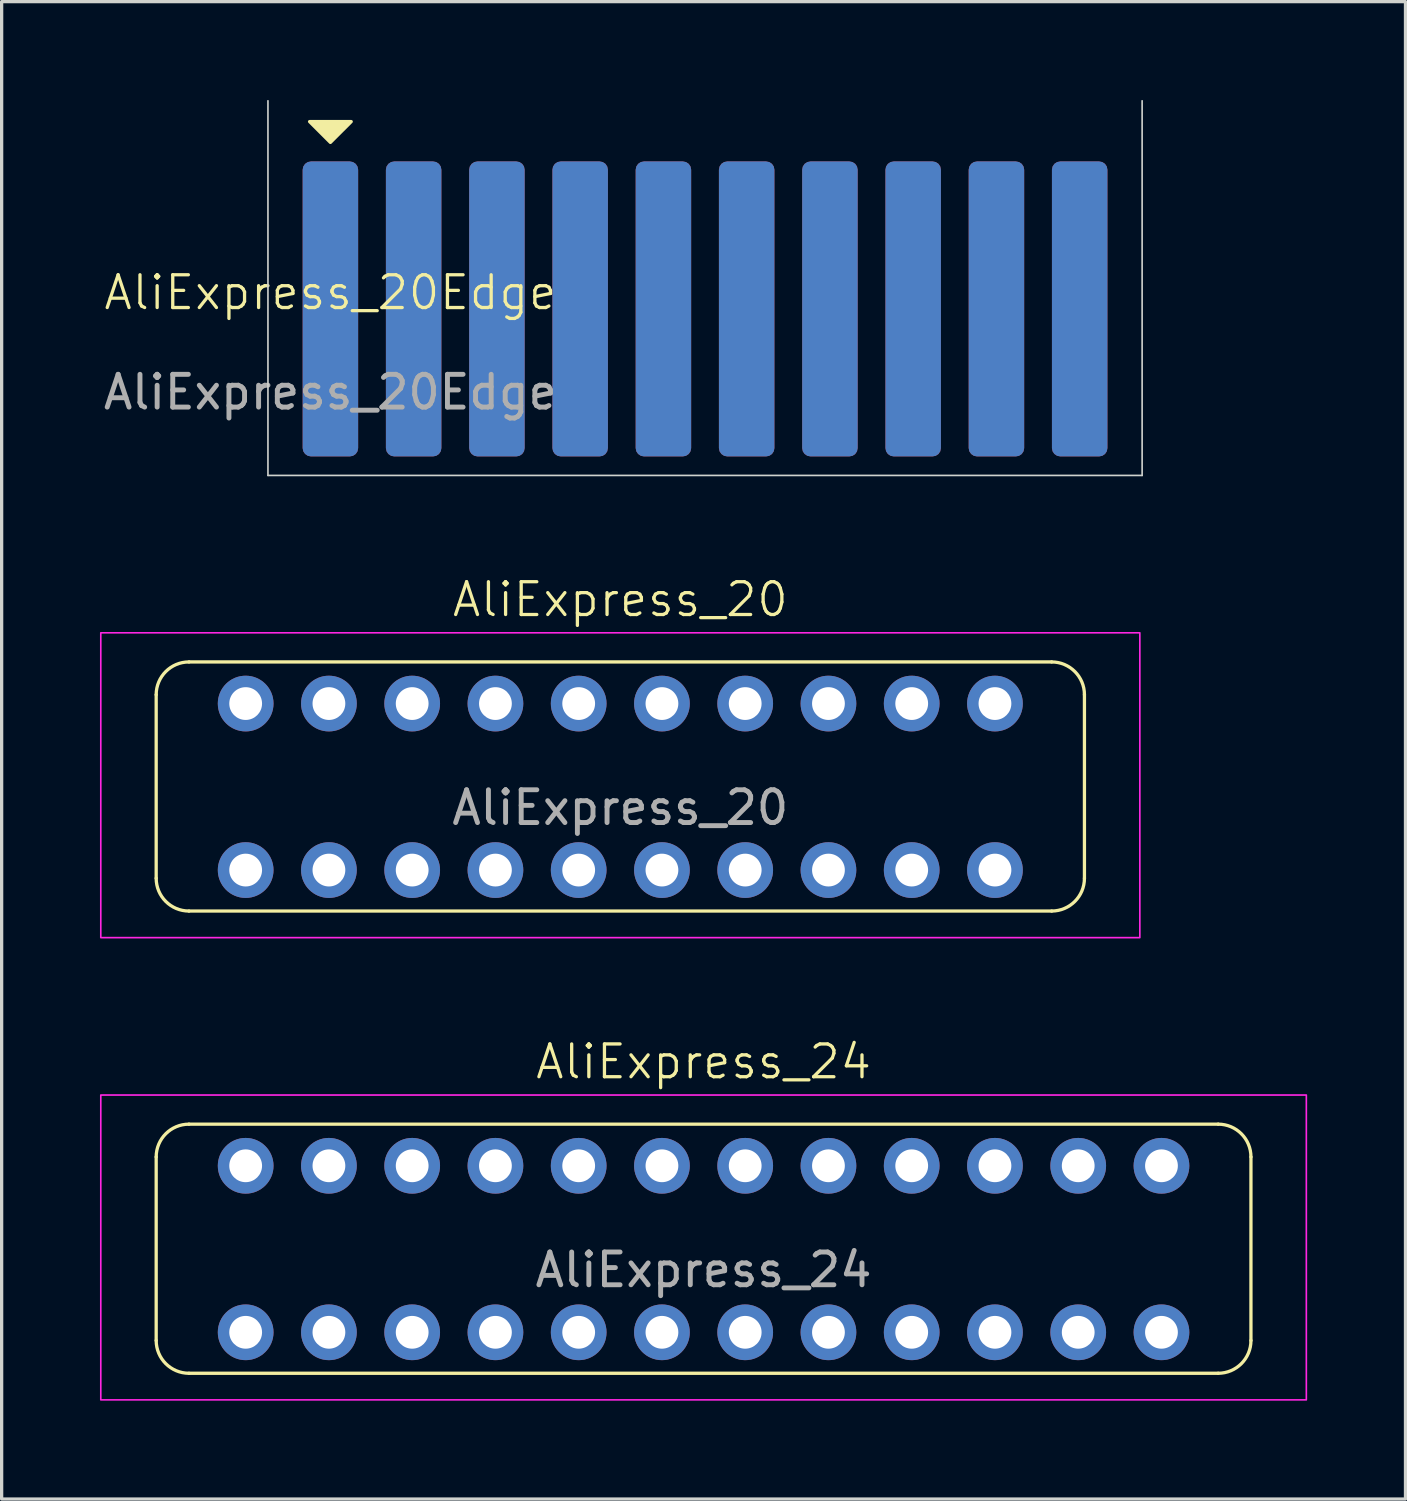
<source format=kicad_pcb>
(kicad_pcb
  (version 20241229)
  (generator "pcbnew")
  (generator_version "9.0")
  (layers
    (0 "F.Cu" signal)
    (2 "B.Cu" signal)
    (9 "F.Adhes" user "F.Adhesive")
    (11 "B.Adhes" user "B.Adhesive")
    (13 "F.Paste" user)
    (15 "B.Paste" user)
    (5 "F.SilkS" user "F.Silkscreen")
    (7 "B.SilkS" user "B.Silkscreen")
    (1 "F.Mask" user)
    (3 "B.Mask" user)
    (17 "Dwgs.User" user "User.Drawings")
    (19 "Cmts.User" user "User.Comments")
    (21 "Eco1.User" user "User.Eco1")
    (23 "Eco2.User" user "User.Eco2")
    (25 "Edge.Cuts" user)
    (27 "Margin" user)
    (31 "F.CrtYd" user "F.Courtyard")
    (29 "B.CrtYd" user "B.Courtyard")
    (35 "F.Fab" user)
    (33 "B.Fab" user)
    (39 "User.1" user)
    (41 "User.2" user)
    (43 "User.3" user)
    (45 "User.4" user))
  (footprint "AliExpress_20"
    (layer "F.Cu")
    (at 4.445 23.495)
    (property "Reference" "AliExpress_20" (at 11.43 -8.255 0) (unlocked yes) (layer "F.SilkS") (effects (font (size 1 1) (thickness 0.1))))
    (attr smd)
    (fp_line (start -2.73 0.25) (end -2.73 -5.35) (stroke (width 0.1) (type default)) (layer "F.SilkS"))
    (fp_line (start -1.73 -6.35) (end 24.59 -6.35) (stroke (width 0.1) (type default)) (layer "F.SilkS"))
    (fp_line (start 24.59 1.25) (end -1.73 1.25) (stroke (width 0.1) (type default)) (layer "F.SilkS"))
    (fp_line (start 25.59 -5.35) (end 25.59 0.25) (stroke (width 0.1) (type solid)) (layer "F.SilkS"))
    (fp_arc (start -2.73 -5.35) (mid -2.437107 -6.057107) (end -1.73 -6.35) (stroke (width 0.1) (type default)) (layer "F.SilkS"))
    (fp_arc (start -1.73 1.25) (mid -2.437107 0.957107) (end -2.73 0.25) (stroke (width 0.1) (type default)) (layer "F.SilkS"))
    (fp_arc (start 24.59 -6.35) (mid 25.297107 -6.057107) (end 25.59 -5.35) (stroke (width 0.1) (type solid)) (layer "F.SilkS"))
    (fp_arc (start 25.59 0.25) (mid 25.297107 0.957107) (end 24.59 1.25) (stroke (width 0.1) (type solid)) (layer "F.SilkS"))
    (fp_rect (start -4.42 -7.239) (end 27.28 2.061) (stroke (width 0.05) (type solid)) (fill no) (layer "F.CrtYd"))
    (fp_text user "${REFERENCE}" (at 11.43 -1.905 0) (unlocked yes) (layer "F.Fab") (effects (font (size 1 1) (thickness 0.15))))
    (pad "1" thru_hole circle (at 0 0) (size 1.7 1.7) (drill 1) (layers "*.Cu" "*.Mask"))
    (pad "2" thru_hole circle (at 2.54 0) (size 1.7 1.7) (drill 1) (layers "*.Cu" "*.Mask"))
    (pad "3" thru_hole circle (at 5.08 0) (size 1.7 1.7) (drill 1) (layers "*.Cu" "*.Mask"))
    (pad "4" thru_hole circle (at 7.62 0) (size 1.7 1.7) (drill 1) (layers "*.Cu" "*.Mask"))
    (pad "5" thru_hole circle (at 10.16 0) (size 1.7 1.7) (drill 1) (layers "*.Cu" "*.Mask"))
    (pad "6" thru_hole circle (at 12.7 0) (size 1.7 1.7) (drill 1) (layers "*.Cu" "*.Mask"))
    (pad "7" thru_hole circle (at 15.24 0) (size 1.7 1.7) (drill 1) (layers "*.Cu" "*.Mask"))
    (pad "8" thru_hole circle (at 17.78 0) (size 1.7 1.7) (drill 1) (layers "*.Cu" "*.Mask"))
    (pad "9" thru_hole circle (at 20.32 0) (size 1.7 1.7) (drill 1) (layers "*.Cu" "*.Mask"))
    (pad "10" thru_hole circle (at 22.86 0) (size 1.7 1.7) (drill 1) (layers "*.Cu" "*.Mask"))
    (pad "11" thru_hole circle (at 22.86 -5.08) (size 1.7 1.7) (drill 1) (layers "*.Cu" "*.Mask"))
    (pad "12" thru_hole circle (at 20.32 -5.08) (size 1.7 1.7) (drill 1) (layers "*.Cu" "*.Mask"))
    (pad "13" thru_hole circle (at 17.78 -5.08) (size 1.7 1.7) (drill 1) (layers "*.Cu" "*.Mask"))
    (pad "14" thru_hole circle (at 15.24 -5.08) (size 1.7 1.7) (drill 1) (layers "*.Cu" "*.Mask"))
    (pad "15" thru_hole circle (at 12.7 -5.08) (size 1.7 1.7) (drill 1) (layers "*.Cu" "*.Mask"))
    (pad "16" thru_hole circle (at 10.16 -5.08) (size 1.7 1.7) (drill 1) (layers "*.Cu" "*.Mask"))
    (pad "17" thru_hole circle (at 7.62 -5.08) (size 1.7 1.7) (drill 1) (layers "*.Cu" "*.Mask"))
    (pad "18" thru_hole circle (at 5.08 -5.08) (size 1.7 1.7) (drill 1) (layers "*.Cu" "*.Mask"))
    (pad "19" thru_hole circle (at 2.54 -5.08) (size 1.7 1.7) (drill 1) (layers "*.Cu" "*.Mask"))
    (pad "20" thru_hole circle (at 0 -5.08) (size 1.7 1.7) (drill 1) (layers "*.Cu" "*.Mask")))
  (footprint "AliExpress_20Edge"
    (layer "F.Cu")
    (at 7.03 6.375)
    (property "Reference" "AliExpress_20Edge" (at 0 -0.5 0) (unlocked yes) (layer "F.SilkS") (effects (font (size 1 1) (thickness 0.1))))
    (attr smd)
    (fp_poly (pts (xy 0.635 -5.715) (xy 0 -5.08) (xy -0.635 -5.715)) (stroke (width 0.1) (type solid)) (fill yes) (layer "F.SilkS"))
    (fp_line (start -1.905 5.08) (end -1.905 -6.35) (stroke (width 0.05) (type default)) (layer "Edge.Cuts"))
    (fp_line (start 24.765 -6.35) (end 24.765 5.08) (stroke (width 0.05) (type default)) (layer "Edge.Cuts"))
    (fp_line (start 24.765 5.08) (end -1.905 5.08) (stroke (width 0.05) (type default)) (layer "Edge.Cuts"))
    (fp_text user "${REFERENCE}" (at 0 2.54 0) (unlocked yes) (layer "F.Fab") (effects (font (size 1 1) (thickness 0.15))))
    (pad "1" smd roundrect (at 0 0) (size 1.693 9) (layers "F.Cu" "F.Mask" "F.Paste") (roundrect_rratio 0.15))
    (pad "2" smd roundrect (at 2.54 0) (size 1.693 9) (layers "F.Cu" "F.Mask" "F.Paste") (roundrect_rratio 0.15))
    (pad "3" smd roundrect (at 5.08 0) (size 1.693 9) (layers "F.Cu" "F.Mask" "F.Paste") (roundrect_rratio 0.15))
    (pad "4" smd roundrect (at 7.62 0) (size 1.693 9) (layers "F.Cu" "F.Mask" "F.Paste") (roundrect_rratio 0.15))
    (pad "5" smd roundrect (at 10.16 0) (size 1.693 9) (layers "F.Cu" "F.Mask" "F.Paste") (roundrect_rratio 0.15))
    (pad "6" smd roundrect (at 12.7 0) (size 1.693 9) (layers "F.Cu" "F.Mask" "F.Paste") (roundrect_rratio 0.15))
    (pad "7" smd roundrect (at 15.24 0) (size 1.693 9) (layers "F.Cu" "F.Mask" "F.Paste") (roundrect_rratio 0.15))
    (pad "8" smd roundrect (at 17.78 0) (size 1.693 9) (layers "F.Cu" "F.Mask" "F.Paste") (roundrect_rratio 0.15))
    (pad "9" smd roundrect (at 20.32 0) (size 1.693 9) (layers "F.Cu" "F.Mask" "F.Paste") (roundrect_rratio 0.15))
    (pad "10" smd roundrect (at 22.86 0) (size 1.693 9) (layers "F.Cu" "F.Mask" "F.Paste") (roundrect_rratio 0.15))
    (pad "11" smd roundrect (at 22.86 0) (size 1.693 9) (layers "B.Cu" "B.Mask" "B.Paste") (roundrect_rratio 0.15))
    (pad "12" smd roundrect (at 20.32 0) (size 1.693 9) (layers "B.Cu" "B.Mask" "B.Paste") (roundrect_rratio 0.15))
    (pad "13" smd roundrect (at 17.78 0) (size 1.693 9) (layers "B.Cu" "B.Mask" "B.Paste") (roundrect_rratio 0.15))
    (pad "14" smd roundrect (at 15.24 0) (size 1.693 9) (layers "B.Cu" "B.Mask" "B.Paste") (roundrect_rratio 0.15))
    (pad "15" smd roundrect (at 12.7 0) (size 1.693 9) (layers "B.Cu" "B.Mask" "B.Paste") (roundrect_rratio 0.15))
    (pad "16" smd roundrect (at 10.16 0) (size 1.693 9) (layers "B.Cu" "B.Mask" "B.Paste") (roundrect_rratio 0.15))
    (pad "17" smd roundrect (at 7.62 0) (size 1.693 9) (layers "B.Cu" "B.Mask" "B.Paste") (roundrect_rratio 0.15))
    (pad "18" smd roundrect (at 5.08 0) (size 1.693 9) (layers "B.Cu" "B.Mask" "B.Paste") (roundrect_rratio 0.15))
    (pad "19" smd roundrect (at 2.54 0) (size 1.693 9) (layers "B.Cu" "B.Mask" "B.Paste") (roundrect_rratio 0.15))
    (pad "20" smd roundrect (at 0 0) (size 1.693 9) (layers "B.Cu" "B.Mask" "B.Paste") (roundrect_rratio 0.15)))
  (footprint "AliExpress_24"
    (layer "F.Cu")
    (at 4.445 37.597)
    (property "Reference" "AliExpress_24" (at 13.97 -8.255 0) (unlocked yes) (layer "F.SilkS") (effects (font (size 1 1) (thickness 0.1))))
    (attr smd)
    (fp_line (start -2.73 0.25) (end -2.73 -5.35) (stroke (width 0.1) (type default)) (layer "F.SilkS"))
    (fp_line (start -1.73 -6.35) (end 29.67 -6.35) (stroke (width 0.1) (type default)) (layer "F.SilkS"))
    (fp_line (start 29.67 1.25) (end -1.73 1.25) (stroke (width 0.1) (type default)) (layer "F.SilkS"))
    (fp_line (start 30.67 -5.35) (end 30.67 0.25) (stroke (width 0.1) (type default)) (layer "F.SilkS"))
    (fp_arc (start -2.73 -5.35) (mid -2.437107 -6.057107) (end -1.73 -6.35) (stroke (width 0.1) (type default)) (layer "F.SilkS"))
    (fp_arc (start -1.73 1.25) (mid -2.437107 0.957107) (end -2.73 0.25) (stroke (width 0.1) (type default)) (layer "F.SilkS"))
    (fp_arc (start 29.67 -6.35) (mid 30.377107 -6.057107) (end 30.67 -5.35) (stroke (width 0.1) (type default)) (layer "F.SilkS"))
    (fp_arc (start 30.67 0.25) (mid 30.377107 0.957107) (end 29.67 1.25) (stroke (width 0.1) (type default)) (layer "F.SilkS"))
    (fp_rect (start -4.42 -7.239) (end 32.36 2.061) (stroke (width 0.05) (type solid)) (fill no) (layer "F.CrtYd"))
    (fp_text user "${REFERENCE}" (at 13.97 -1.905 0) (unlocked yes) (layer "F.Fab") (effects (font (size 1 1) (thickness 0.15))))
    (pad "1" thru_hole circle (at 0 0) (size 1.7 1.7) (drill 1) (layers "*.Cu" "*.Mask"))
    (pad "2" thru_hole circle (at 2.54 0) (size 1.7 1.7) (drill 1) (layers "*.Cu" "*.Mask"))
    (pad "3" thru_hole circle (at 5.08 0) (size 1.7 1.7) (drill 1) (layers "*.Cu" "*.Mask"))
    (pad "4" thru_hole circle (at 7.62 0) (size 1.7 1.7) (drill 1) (layers "*.Cu" "*.Mask"))
    (pad "5" thru_hole circle (at 10.16 0) (size 1.7 1.7) (drill 1) (layers "*.Cu" "*.Mask"))
    (pad "6" thru_hole circle (at 12.7 0) (size 1.7 1.7) (drill 1) (layers "*.Cu" "*.Mask"))
    (pad "7" thru_hole circle (at 15.24 0) (size 1.7 1.7) (drill 1) (layers "*.Cu" "*.Mask"))
    (pad "8" thru_hole circle (at 17.78 0) (size 1.7 1.7) (drill 1) (layers "*.Cu" "*.Mask"))
    (pad "9" thru_hole circle (at 20.32 0) (size 1.7 1.7) (drill 1) (layers "*.Cu" "*.Mask"))
    (pad "10" thru_hole circle (at 22.86 0) (size 1.7 1.7) (drill 1) (layers "*.Cu" "*.Mask"))
    (pad "11" thru_hole circle (at 25.4 0) (size 1.7 1.7) (drill 1) (layers "*.Cu" "*.Mask"))
    (pad "12" thru_hole circle (at 27.94 0) (size 1.7 1.7) (drill 1) (layers "*.Cu" "*.Mask"))
    (pad "13" thru_hole circle (at 27.94 -5.08) (size 1.7 1.7) (drill 1) (layers "*.Cu" "*.Mask"))
    (pad "14" thru_hole circle (at 25.4 -5.08) (size 1.7 1.7) (drill 1) (layers "*.Cu" "*.Mask"))
    (pad "15" thru_hole circle (at 22.86 -5.08) (size 1.7 1.7) (drill 1) (layers "*.Cu" "*.Mask"))
    (pad "16" thru_hole circle (at 20.32 -5.08) (size 1.7 1.7) (drill 1) (layers "*.Cu" "*.Mask"))
    (pad "17" thru_hole circle (at 17.78 -5.08) (size 1.7 1.7) (drill 1) (layers "*.Cu" "*.Mask"))
    (pad "18" thru_hole circle (at 15.24 -5.08) (size 1.7 1.7) (drill 1) (layers "*.Cu" "*.Mask"))
    (pad "19" thru_hole circle (at 12.7 -5.08) (size 1.7 1.7) (drill 1) (layers "*.Cu" "*.Mask"))
    (pad "20" thru_hole circle (at 10.16 -5.08) (size 1.7 1.7) (drill 1) (layers "*.Cu" "*.Mask"))
    (pad "21" thru_hole circle (at 7.62 -5.08) (size 1.7 1.7) (drill 1) (layers "*.Cu" "*.Mask"))
    (pad "22" thru_hole circle (at 5.08 -5.08) (size 1.7 1.7) (drill 1) (layers "*.Cu" "*.Mask"))
    (pad "23" thru_hole circle (at 2.54 -5.08) (size 1.7 1.7) (drill 1) (layers "*.Cu" "*.Mask"))
    (pad "24" thru_hole circle (at 0 -5.08) (size 1.7 1.7) (drill 1) (layers "*.Cu" "*.Mask")))
  (gr_rect
    (start -3 -3)
    (end 39.83 42.683)
    (stroke (width 0.1) (type default))
    (fill no)
    (layer "Edge.Cuts")))
</source>
